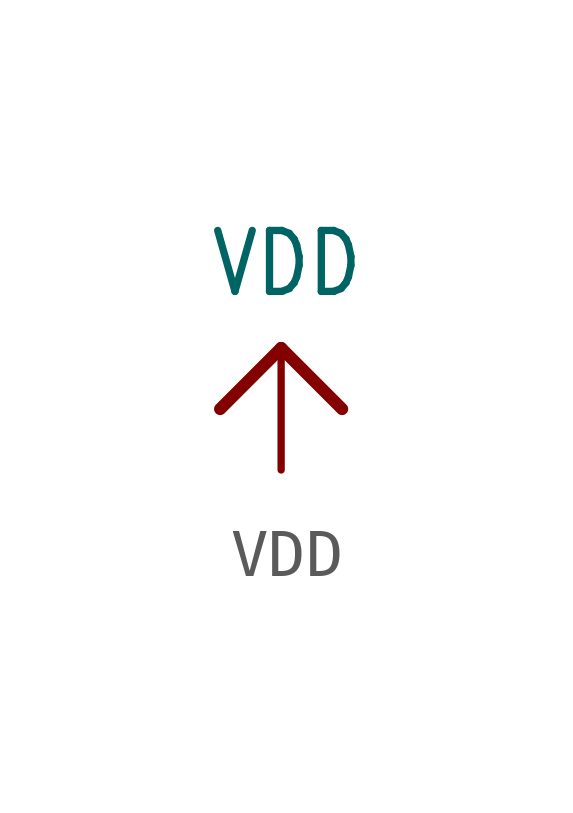
<source format=kicad_sym>
(kicad_symbol_lib
  (version 20211014)
  (generator kicad_symbol_editor)
  (symbol "VDD"
    (power)
    (property "Reference" ""
      (at 0 0 0)
      (effects (font (size 1.27 1.27)) hide))
    (property "Value" "VDD"
      (at -1.524 1.016 0)
      (effects (font (size 1.27 1.079)) (justify left bottom)))
    (property "ki_locked" ""
      (at 0 0 0)
      (effects (font (size 1.27 1.27))))
    (symbol "VDD_1_0"
      (polyline (pts (xy -1.27 -1.27) (xy 0 0)) (stroke (width 0.254) (type default) (color 0 0 0 0)) (fill (type none)))
      (polyline (pts (xy 0 0) (xy 1.27 -1.27)) (stroke (width 0.254) (type default) (color 0 0 0 0)) (fill (type none)))
      (pin power_in line (at 0 -2.54 90) (length 2.54) (name "VDD" (effects (font (size 0 0)))) (number "1" (effects (font (size 0 0))))))))
</source>
